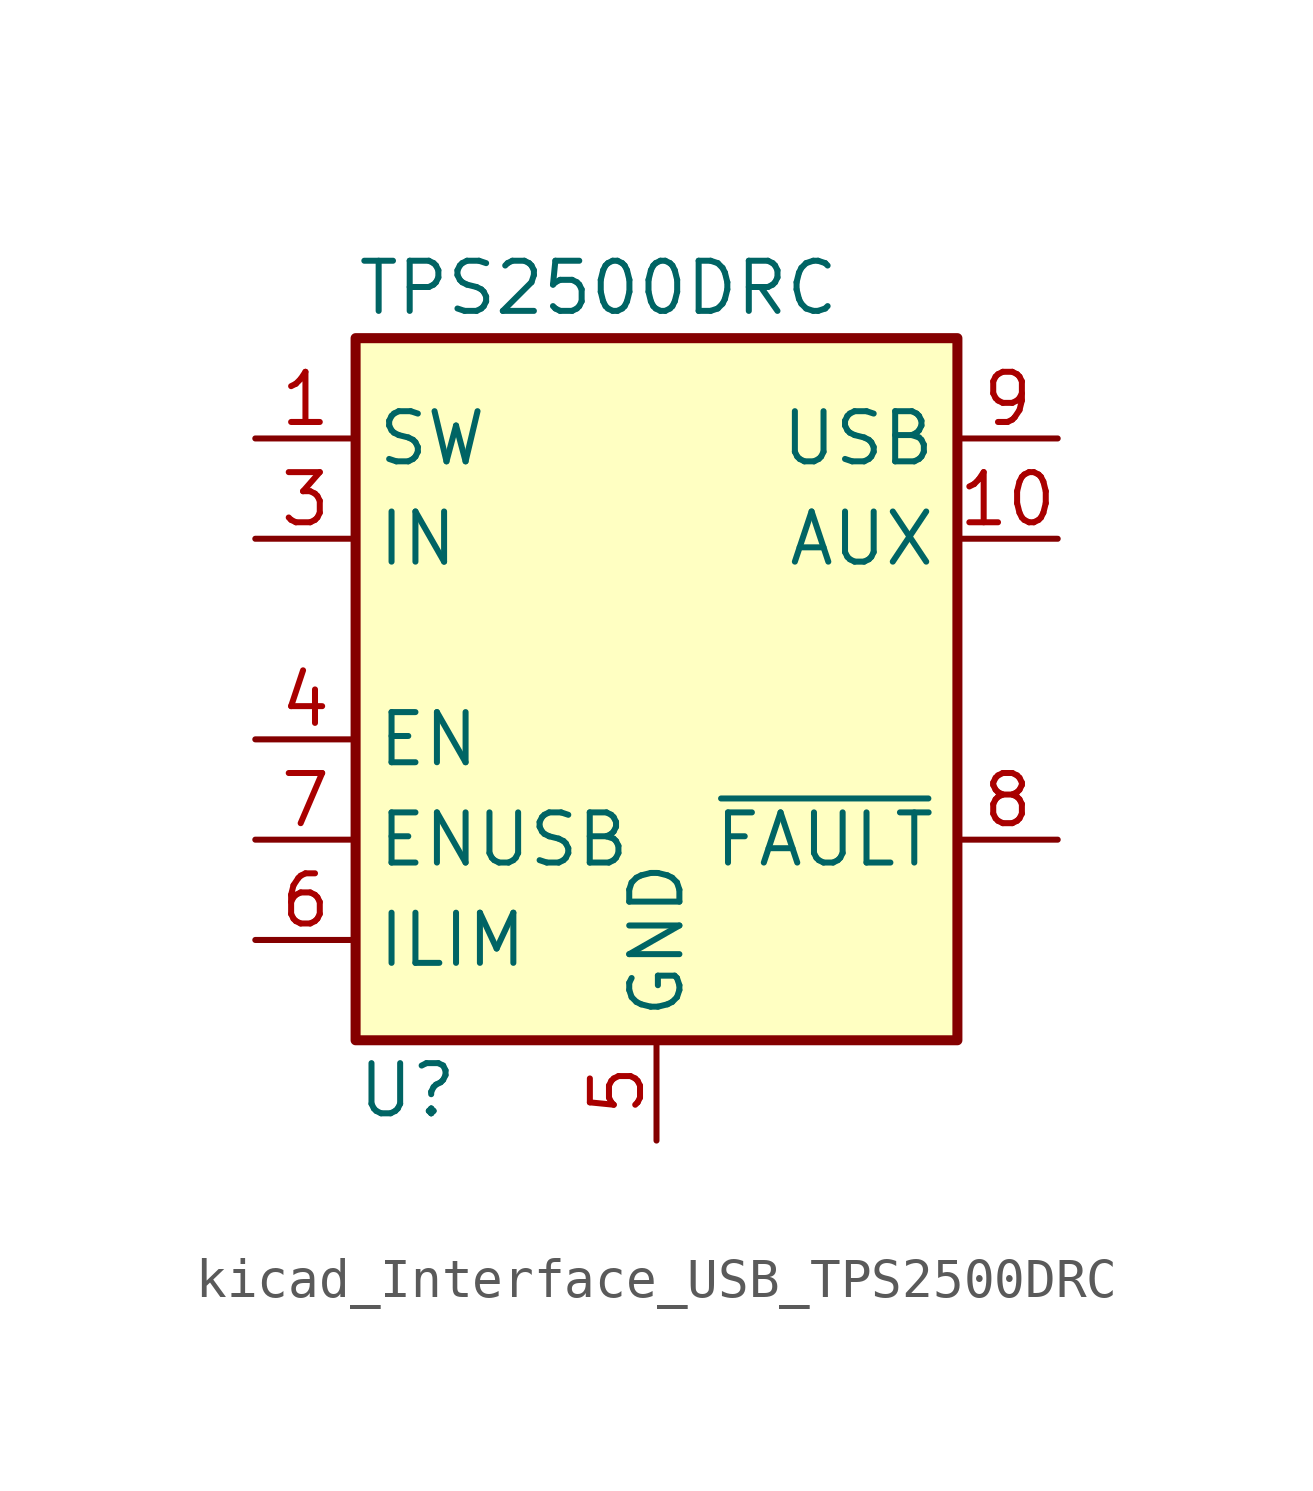
<source format=kicad_sym>
(kicad_symbol_lib
  (version 20220914)
  (generator kicad_symbol_editor)
  (symbol "kicad_Interface_USB_TPS2500DRC"
    (property "Reference" "U"
      (at -7.62 -11.43 0)
      (effects (font (size 1.27 1.27)) (justify left)))
    (property "Value" "TPS2500DRC"
      (at -7.62 8.89 0)
      (effects (font (size 1.27 1.27)) (justify left)))
    (symbol "kicad_Interface_USB_TPS2500DRC_0_1"
      (rectangle (start -7.62 7.62) (end 7.62 -10.16) (stroke (width 0.254) (type default)) (fill (type background))))
    (symbol "kicad_Interface_USB_TPS2500DRC_1_1"
      (pin power_in line (at -10.16 5.08 0) (length 2.54) (name "SW" (effects (font (size 1.27 1.27)))) (number "1" (effects (font (size 1.27 1.27)))))
      (pin power_out line (at 10.16 2.54 180) (length 2.54) (name "AUX" (effects (font (size 1.27 1.27)))) (number "10" (effects (font (size 1.27 1.27)))))
      (pin passive line (at 0 -12.7 90) (length 2.54) hide (name "GND" (effects (font (size 1.27 1.27)))) (number "11" (effects (font (size 1.27 1.27)))))
      (pin passive line (at 0 -12.7 90) (length 2.54) hide (name "GND" (effects (font (size 1.27 1.27)))) (number "2" (effects (font (size 1.27 1.27)))))
      (pin power_in line (at -10.16 2.54 0) (length 2.54) (name "IN" (effects (font (size 1.27 1.27)))) (number "3" (effects (font (size 1.27 1.27)))))
      (pin input line (at -10.16 -2.54 0) (length 2.54) (name "EN" (effects (font (size 1.27 1.27)))) (number "4" (effects (font (size 1.27 1.27)))))
      (pin power_in line (at 0 -12.7 90) (length 2.54) (name "GND" (effects (font (size 1.27 1.27)))) (number "5" (effects (font (size 1.27 1.27)))))
      (pin passive line (at -10.16 -7.62 0) (length 2.54) (name "ILIM" (effects (font (size 1.27 1.27)))) (number "6" (effects (font (size 1.27 1.27)))))
      (pin input line (at -10.16 -5.08 0) (length 2.54) (name "ENUSB" (effects (font (size 1.27 1.27)))) (number "7" (effects (font (size 1.27 1.27)))))
      (pin open_collector line (at 10.16 -5.08 180) (length 2.54) (name "~{FAULT}" (effects (font (size 1.27 1.27)))) (number "8" (effects (font (size 1.27 1.27)))))
      (pin power_out line (at 10.16 5.08 180) (length 2.54) (name "USB" (effects (font (size 1.27 1.27)))) (number "9" (effects (font (size 1.27 1.27))))))))
</source>
